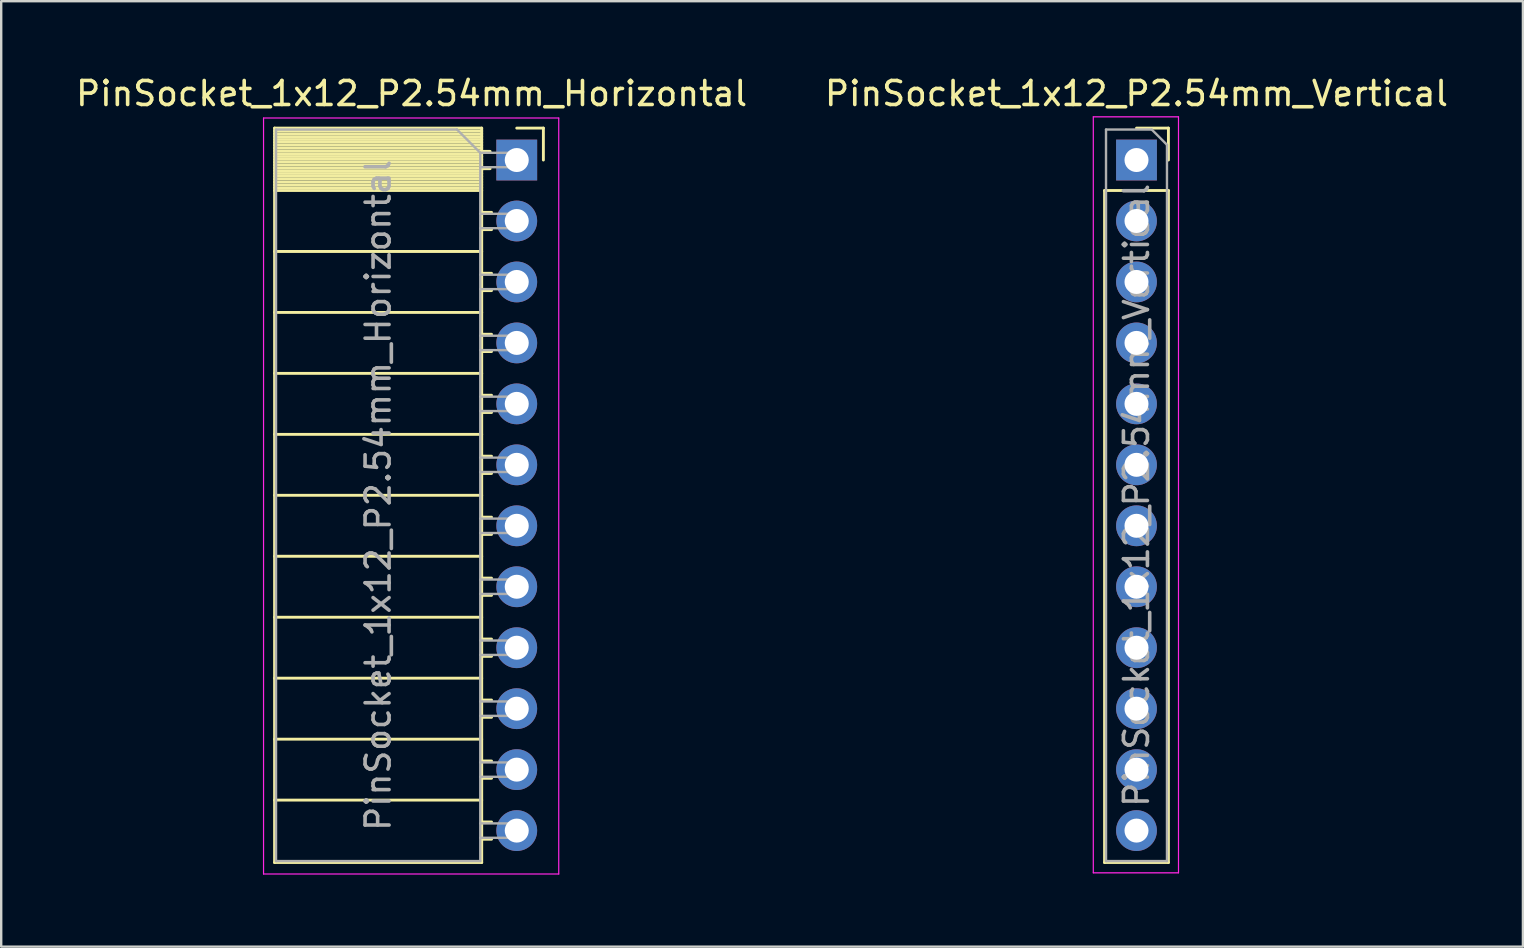
<source format=kicad_pcb>
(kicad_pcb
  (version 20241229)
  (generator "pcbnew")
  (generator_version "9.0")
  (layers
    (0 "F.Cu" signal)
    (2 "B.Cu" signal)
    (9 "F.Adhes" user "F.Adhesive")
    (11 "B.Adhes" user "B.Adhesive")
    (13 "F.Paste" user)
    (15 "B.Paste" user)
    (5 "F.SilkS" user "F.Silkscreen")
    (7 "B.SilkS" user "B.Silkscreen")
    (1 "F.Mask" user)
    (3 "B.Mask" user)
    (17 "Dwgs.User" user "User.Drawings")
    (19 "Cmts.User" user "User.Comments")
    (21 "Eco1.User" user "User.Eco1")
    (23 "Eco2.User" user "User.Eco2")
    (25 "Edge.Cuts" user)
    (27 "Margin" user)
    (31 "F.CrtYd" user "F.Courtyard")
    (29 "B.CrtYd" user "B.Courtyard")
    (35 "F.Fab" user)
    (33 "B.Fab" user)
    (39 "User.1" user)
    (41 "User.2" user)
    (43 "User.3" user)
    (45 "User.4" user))
  (footprint "PinSocket_1x12_P2.54mm_Horizontal"
    (layer "F.Cu")
    (at 18.481 3.618)
    (property "Reference" "PinSocket_1x12_P2.54mm_Horizontal" (at -4.38 -2.77 0) (layer "F.SilkS") (effects (font (size 1 1) (thickness 0.15))))
    (attr through_hole)
    (fp_line (start -10.09 -1.33) (end -10.09 29.27) (stroke (width 0.12) (type solid)) (layer "F.SilkS"))
    (fp_line (start -10.09 -1.33) (end -1.46 -1.33) (stroke (width 0.12) (type solid)) (layer "F.SilkS"))
    (fp_line (start -10.09 -1.21) (end -1.46 -1.21) (stroke (width 0.12) (type solid)) (layer "F.SilkS"))
    (fp_line (start -10.09 -1.092) (end -1.46 -1.092) (stroke (width 0.12) (type solid)) (layer "F.SilkS"))
    (fp_line (start -10.09 -0.974) (end -1.46 -0.974) (stroke (width 0.12) (type solid)) (layer "F.SilkS"))
    (fp_line (start -10.09 -0.856) (end -1.46 -0.856) (stroke (width 0.12) (type solid)) (layer "F.SilkS"))
    (fp_line (start -10.09 -0.738) (end -1.46 -0.738) (stroke (width 0.12) (type solid)) (layer "F.SilkS"))
    (fp_line (start -10.09 -0.62) (end -1.46 -0.62) (stroke (width 0.12) (type solid)) (layer "F.SilkS"))
    (fp_line (start -10.09 -0.501) (end -1.46 -0.501) (stroke (width 0.12) (type solid)) (layer "F.SilkS"))
    (fp_line (start -10.09 -0.383) (end -1.46 -0.383) (stroke (width 0.12) (type solid)) (layer "F.SilkS"))
    (fp_line (start -10.09 -0.265) (end -1.46 -0.265) (stroke (width 0.12) (type solid)) (layer "F.SilkS"))
    (fp_line (start -10.09 -0.147) (end -1.46 -0.147) (stroke (width 0.12) (type solid)) (layer "F.SilkS"))
    (fp_line (start -10.09 -0.029) (end -1.46 -0.029) (stroke (width 0.12) (type solid)) (layer "F.SilkS"))
    (fp_line (start -10.09 0.089) (end -1.46 0.089) (stroke (width 0.12) (type solid)) (layer "F.SilkS"))
    (fp_line (start -10.09 0.207) (end -1.46 0.207) (stroke (width 0.12) (type solid)) (layer "F.SilkS"))
    (fp_line (start -10.09 0.325) (end -1.46 0.325) (stroke (width 0.12) (type solid)) (layer "F.SilkS"))
    (fp_line (start -10.09 0.443) (end -1.46 0.443) (stroke (width 0.12) (type solid)) (layer "F.SilkS"))
    (fp_line (start -10.09 0.561) (end -1.46 0.561) (stroke (width 0.12) (type solid)) (layer "F.SilkS"))
    (fp_line (start -10.09 0.68) (end -1.46 0.68) (stroke (width 0.12) (type solid)) (layer "F.SilkS"))
    (fp_line (start -10.09 0.798) (end -1.46 0.798) (stroke (width 0.12) (type solid)) (layer "F.SilkS"))
    (fp_line (start -10.09 0.916) (end -1.46 0.916) (stroke (width 0.12) (type solid)) (layer "F.SilkS"))
    (fp_line (start -10.09 1.034) (end -1.46 1.034) (stroke (width 0.12) (type solid)) (layer "F.SilkS"))
    (fp_line (start -10.09 1.152) (end -1.46 1.152) (stroke (width 0.12) (type solid)) (layer "F.SilkS"))
    (fp_line (start -10.09 1.27) (end -1.46 1.27) (stroke (width 0.12) (type solid)) (layer "F.SilkS"))
    (fp_line (start -10.09 3.81) (end -1.46 3.81) (stroke (width 0.12) (type solid)) (layer "F.SilkS"))
    (fp_line (start -10.09 6.35) (end -1.46 6.35) (stroke (width 0.12) (type solid)) (layer "F.SilkS"))
    (fp_line (start -10.09 8.89) (end -1.46 8.89) (stroke (width 0.12) (type solid)) (layer "F.SilkS"))
    (fp_line (start -10.09 11.43) (end -1.46 11.43) (stroke (width 0.12) (type solid)) (layer "F.SilkS"))
    (fp_line (start -10.09 13.97) (end -1.46 13.97) (stroke (width 0.12) (type solid)) (layer "F.SilkS"))
    (fp_line (start -10.09 16.51) (end -1.46 16.51) (stroke (width 0.12) (type solid)) (layer "F.SilkS"))
    (fp_line (start -10.09 19.05) (end -1.46 19.05) (stroke (width 0.12) (type solid)) (layer "F.SilkS"))
    (fp_line (start -10.09 21.59) (end -1.46 21.59) (stroke (width 0.12) (type solid)) (layer "F.SilkS"))
    (fp_line (start -10.09 24.13) (end -1.46 24.13) (stroke (width 0.12) (type solid)) (layer "F.SilkS"))
    (fp_line (start -10.09 26.67) (end -1.46 26.67) (stroke (width 0.12) (type solid)) (layer "F.SilkS"))
    (fp_line (start -10.09 29.27) (end -1.46 29.27) (stroke (width 0.12) (type solid)) (layer "F.SilkS"))
    (fp_line (start -1.46 -1.33) (end -1.46 29.27) (stroke (width 0.12) (type solid)) (layer "F.SilkS"))
    (fp_line (start -1.46 -0.36) (end -1.11 -0.36) (stroke (width 0.12) (type solid)) (layer "F.SilkS"))
    (fp_line (start -1.46 0.36) (end -1.11 0.36) (stroke (width 0.12) (type solid)) (layer "F.SilkS"))
    (fp_line (start -1.46 2.18) (end -1.05 2.18) (stroke (width 0.12) (type solid)) (layer "F.SilkS"))
    (fp_line (start -1.46 2.9) (end -1.05 2.9) (stroke (width 0.12) (type solid)) (layer "F.SilkS"))
    (fp_line (start -1.46 4.72) (end -1.05 4.72) (stroke (width 0.12) (type solid)) (layer "F.SilkS"))
    (fp_line (start -1.46 5.44) (end -1.05 5.44) (stroke (width 0.12) (type solid)) (layer "F.SilkS"))
    (fp_line (start -1.46 7.26) (end -1.05 7.26) (stroke (width 0.12) (type solid)) (layer "F.SilkS"))
    (fp_line (start -1.46 7.98) (end -1.05 7.98) (stroke (width 0.12) (type solid)) (layer "F.SilkS"))
    (fp_line (start -1.46 9.8) (end -1.05 9.8) (stroke (width 0.12) (type solid)) (layer "F.SilkS"))
    (fp_line (start -1.46 10.52) (end -1.05 10.52) (stroke (width 0.12) (type solid)) (layer "F.SilkS"))
    (fp_line (start -1.46 12.34) (end -1.05 12.34) (stroke (width 0.12) (type solid)) (layer "F.SilkS"))
    (fp_line (start -1.46 13.06) (end -1.05 13.06) (stroke (width 0.12) (type solid)) (layer "F.SilkS"))
    (fp_line (start -1.46 14.88) (end -1.05 14.88) (stroke (width 0.12) (type solid)) (layer "F.SilkS"))
    (fp_line (start -1.46 15.6) (end -1.05 15.6) (stroke (width 0.12) (type solid)) (layer "F.SilkS"))
    (fp_line (start -1.46 17.42) (end -1.05 17.42) (stroke (width 0.12) (type solid)) (layer "F.SilkS"))
    (fp_line (start -1.46 18.14) (end -1.05 18.14) (stroke (width 0.12) (type solid)) (layer "F.SilkS"))
    (fp_line (start -1.46 19.96) (end -1.05 19.96) (stroke (width 0.12) (type solid)) (layer "F.SilkS"))
    (fp_line (start -1.46 20.68) (end -1.05 20.68) (stroke (width 0.12) (type solid)) (layer "F.SilkS"))
    (fp_line (start -1.46 22.5) (end -1.05 22.5) (stroke (width 0.12) (type solid)) (layer "F.SilkS"))
    (fp_line (start -1.46 23.22) (end -1.05 23.22) (stroke (width 0.12) (type solid)) (layer "F.SilkS"))
    (fp_line (start -1.46 25.04) (end -1.05 25.04) (stroke (width 0.12) (type solid)) (layer "F.SilkS"))
    (fp_line (start -1.46 25.76) (end -1.05 25.76) (stroke (width 0.12) (type solid)) (layer "F.SilkS"))
    (fp_line (start -1.46 27.58) (end -1.05 27.58) (stroke (width 0.12) (type solid)) (layer "F.SilkS"))
    (fp_line (start -1.46 28.3) (end -1.05 28.3) (stroke (width 0.12) (type solid)) (layer "F.SilkS"))
    (fp_line (start 0 -1.33) (end 1.11 -1.33) (stroke (width 0.12) (type solid)) (layer "F.SilkS"))
    (fp_line (start 1.11 -1.33) (end 1.11 0) (stroke (width 0.12) (type solid)) (layer "F.SilkS"))
    (fp_line (start -10.55 -1.75) (end -10.55 29.75) (stroke (width 0.05) (type solid)) (layer "F.CrtYd"))
    (fp_line (start -10.55 29.75) (end 1.75 29.75) (stroke (width 0.05) (type solid)) (layer "F.CrtYd"))
    (fp_line (start 1.75 -1.75) (end -10.55 -1.75) (stroke (width 0.05) (type solid)) (layer "F.CrtYd"))
    (fp_line (start 1.75 29.75) (end 1.75 -1.75) (stroke (width 0.05) (type solid)) (layer "F.CrtYd"))
    (fp_line (start -10.03 -1.27) (end -2.49 -1.27) (stroke (width 0.1) (type solid)) (layer "F.Fab"))
    (fp_line (start -10.03 29.21) (end -10.03 -1.27) (stroke (width 0.1) (type solid)) (layer "F.Fab"))
    (fp_line (start -2.49 -1.27) (end -1.52 -0.3) (stroke (width 0.1) (type solid)) (layer "F.Fab"))
    (fp_line (start -1.52 -0.3) (end -1.52 29.21) (stroke (width 0.1) (type solid)) (layer "F.Fab"))
    (fp_line (start -1.52 0.3) (end 0 0.3) (stroke (width 0.1) (type solid)) (layer "F.Fab"))
    (fp_line (start -1.52 2.84) (end 0 2.84) (stroke (width 0.1) (type solid)) (layer "F.Fab"))
    (fp_line (start -1.52 5.38) (end 0 5.38) (stroke (width 0.1) (type solid)) (layer "F.Fab"))
    (fp_line (start -1.52 7.92) (end 0 7.92) (stroke (width 0.1) (type solid)) (layer "F.Fab"))
    (fp_line (start -1.52 10.46) (end 0 10.46) (stroke (width 0.1) (type solid)) (layer "F.Fab"))
    (fp_line (start -1.52 13) (end 0 13) (stroke (width 0.1) (type solid)) (layer "F.Fab"))
    (fp_line (start -1.52 15.54) (end 0 15.54) (stroke (width 0.1) (type solid)) (layer "F.Fab"))
    (fp_line (start -1.52 18.08) (end 0 18.08) (stroke (width 0.1) (type solid)) (layer "F.Fab"))
    (fp_line (start -1.52 20.62) (end 0 20.62) (stroke (width 0.1) (type solid)) (layer "F.Fab"))
    (fp_line (start -1.52 23.16) (end 0 23.16) (stroke (width 0.1) (type solid)) (layer "F.Fab"))
    (fp_line (start -1.52 25.7) (end 0 25.7) (stroke (width 0.1) (type solid)) (layer "F.Fab"))
    (fp_line (start -1.52 28.24) (end 0 28.24) (stroke (width 0.1) (type solid)) (layer "F.Fab"))
    (fp_line (start -1.52 29.21) (end -10.03 29.21) (stroke (width 0.1) (type solid)) (layer "F.Fab"))
    (fp_line (start 0 -0.3) (end -1.52 -0.3) (stroke (width 0.1) (type solid)) (layer "F.Fab"))
    (fp_line (start 0 0.3) (end 0 -0.3) (stroke (width 0.1) (type solid)) (layer "F.Fab"))
    (fp_line (start 0 2.24) (end -1.52 2.24) (stroke (width 0.1) (type solid)) (layer "F.Fab"))
    (fp_line (start 0 2.84) (end 0 2.24) (stroke (width 0.1) (type solid)) (layer "F.Fab"))
    (fp_line (start 0 4.78) (end -1.52 4.78) (stroke (width 0.1) (type solid)) (layer "F.Fab"))
    (fp_line (start 0 5.38) (end 0 4.78) (stroke (width 0.1) (type solid)) (layer "F.Fab"))
    (fp_line (start 0 7.32) (end -1.52 7.32) (stroke (width 0.1) (type solid)) (layer "F.Fab"))
    (fp_line (start 0 7.92) (end 0 7.32) (stroke (width 0.1) (type solid)) (layer "F.Fab"))
    (fp_line (start 0 9.86) (end -1.52 9.86) (stroke (width 0.1) (type solid)) (layer "F.Fab"))
    (fp_line (start 0 10.46) (end 0 9.86) (stroke (width 0.1) (type solid)) (layer "F.Fab"))
    (fp_line (start 0 12.4) (end -1.52 12.4) (stroke (width 0.1) (type solid)) (layer "F.Fab"))
    (fp_line (start 0 13) (end 0 12.4) (stroke (width 0.1) (type solid)) (layer "F.Fab"))
    (fp_line (start 0 14.94) (end -1.52 14.94) (stroke (width 0.1) (type solid)) (layer "F.Fab"))
    (fp_line (start 0 15.54) (end 0 14.94) (stroke (width 0.1) (type solid)) (layer "F.Fab"))
    (fp_line (start 0 17.48) (end -1.52 17.48) (stroke (width 0.1) (type solid)) (layer "F.Fab"))
    (fp_line (start 0 18.08) (end 0 17.48) (stroke (width 0.1) (type solid)) (layer "F.Fab"))
    (fp_line (start 0 20.02) (end -1.52 20.02) (stroke (width 0.1) (type solid)) (layer "F.Fab"))
    (fp_line (start 0 20.62) (end 0 20.02) (stroke (width 0.1) (type solid)) (layer "F.Fab"))
    (fp_line (start 0 22.56) (end -1.52 22.56) (stroke (width 0.1) (type solid)) (layer "F.Fab"))
    (fp_line (start 0 23.16) (end 0 22.56) (stroke (width 0.1) (type solid)) (layer "F.Fab"))
    (fp_line (start 0 25.1) (end -1.52 25.1) (stroke (width 0.1) (type solid)) (layer "F.Fab"))
    (fp_line (start 0 25.7) (end 0 25.1) (stroke (width 0.1) (type solid)) (layer "F.Fab"))
    (fp_line (start 0 27.64) (end -1.52 27.64) (stroke (width 0.1) (type solid)) (layer "F.Fab"))
    (fp_line (start 0 28.24) (end 0 27.64) (stroke (width 0.1) (type solid)) (layer "F.Fab"))
    (fp_text user "${REFERENCE}" (at -5.775 13.97 90) (layer "F.Fab") (effects (font (size 1 1) (thickness 0.15))))
    (pad "1" thru_hole rect (at 0 0) (size 1.7 1.7) (drill 1) (layers "*.Cu" "*.Mask"))
    (pad "2" thru_hole oval (at 0 2.54) (size 1.7 1.7) (drill 1) (layers "*.Cu" "*.Mask"))
    (pad "3" thru_hole oval (at 0 5.08) (size 1.7 1.7) (drill 1) (layers "*.Cu" "*.Mask"))
    (pad "4" thru_hole oval (at 0 7.62) (size 1.7 1.7) (drill 1) (layers "*.Cu" "*.Mask"))
    (pad "5" thru_hole oval (at 0 10.16) (size 1.7 1.7) (drill 1) (layers "*.Cu" "*.Mask"))
    (pad "6" thru_hole oval (at 0 12.7) (size 1.7 1.7) (drill 1) (layers "*.Cu" "*.Mask"))
    (pad "7" thru_hole oval (at 0 15.24) (size 1.7 1.7) (drill 1) (layers "*.Cu" "*.Mask"))
    (pad "8" thru_hole oval (at 0 17.78) (size 1.7 1.7) (drill 1) (layers "*.Cu" "*.Mask"))
    (pad "9" thru_hole oval (at 0 20.32) (size 1.7 1.7) (drill 1) (layers "*.Cu" "*.Mask"))
    (pad "10" thru_hole oval (at 0 22.86) (size 1.7 1.7) (drill 1) (layers "*.Cu" "*.Mask"))
    (pad "11" thru_hole oval (at 0 25.4) (size 1.7 1.7) (drill 1) (layers "*.Cu" "*.Mask"))
    (pad "12" thru_hole oval (at 0 27.94) (size 1.7 1.7) (drill 1) (layers "*.Cu" "*.Mask")))
  (footprint "PinSocket_1x12_P2.54mm_Vertical"
    (layer "F.Cu")
    (at 44.304 3.618)
    (property "Reference" "PinSocket_1x12_P2.54mm_Vertical" (at 0 -2.77 0) (layer "F.SilkS") (effects (font (size 1 1) (thickness 0.15))))
    (attr through_hole)
    (fp_line (start -1.33 1.27) (end -1.33 29.27) (stroke (width 0.12) (type solid)) (layer "F.SilkS"))
    (fp_line (start -1.33 1.27) (end 1.33 1.27) (stroke (width 0.12) (type solid)) (layer "F.SilkS"))
    (fp_line (start -1.33 29.27) (end 1.33 29.27) (stroke (width 0.12) (type solid)) (layer "F.SilkS"))
    (fp_line (start 0 -1.33) (end 1.33 -1.33) (stroke (width 0.12) (type solid)) (layer "F.SilkS"))
    (fp_line (start 1.33 -1.33) (end 1.33 0) (stroke (width 0.12) (type solid)) (layer "F.SilkS"))
    (fp_line (start 1.33 1.27) (end 1.33 29.27) (stroke (width 0.12) (type solid)) (layer "F.SilkS"))
    (fp_line (start -1.8 -1.8) (end 1.75 -1.8) (stroke (width 0.05) (type solid)) (layer "F.CrtYd"))
    (fp_line (start -1.8 29.7) (end -1.8 -1.8) (stroke (width 0.05) (type solid)) (layer "F.CrtYd"))
    (fp_line (start 1.75 -1.8) (end 1.75 29.7) (stroke (width 0.05) (type solid)) (layer "F.CrtYd"))
    (fp_line (start 1.75 29.7) (end -1.8 29.7) (stroke (width 0.05) (type solid)) (layer "F.CrtYd"))
    (fp_line (start -1.27 -1.27) (end 0.635 -1.27) (stroke (width 0.1) (type solid)) (layer "F.Fab"))
    (fp_line (start -1.27 29.21) (end -1.27 -1.27) (stroke (width 0.1) (type solid)) (layer "F.Fab"))
    (fp_line (start 0.635 -1.27) (end 1.27 -0.635) (stroke (width 0.1) (type solid)) (layer "F.Fab"))
    (fp_line (start 1.27 -0.635) (end 1.27 29.21) (stroke (width 0.1) (type solid)) (layer "F.Fab"))
    (fp_line (start 1.27 29.21) (end -1.27 29.21) (stroke (width 0.1) (type solid)) (layer "F.Fab"))
    (fp_text user "${REFERENCE}" (at 0 13.97 90) (layer "F.Fab") (effects (font (size 1 1) (thickness 0.15))))
    (pad "1" thru_hole rect (at 0 0) (size 1.7 1.7) (drill 1) (layers "*.Cu" "*.Mask"))
    (pad "2" thru_hole oval (at 0 2.54) (size 1.7 1.7) (drill 1) (layers "*.Cu" "*.Mask"))
    (pad "3" thru_hole oval (at 0 5.08) (size 1.7 1.7) (drill 1) (layers "*.Cu" "*.Mask"))
    (pad "4" thru_hole oval (at 0 7.62) (size 1.7 1.7) (drill 1) (layers "*.Cu" "*.Mask"))
    (pad "5" thru_hole oval (at 0 10.16) (size 1.7 1.7) (drill 1) (layers "*.Cu" "*.Mask"))
    (pad "6" thru_hole oval (at 0 12.7) (size 1.7 1.7) (drill 1) (layers "*.Cu" "*.Mask"))
    (pad "7" thru_hole oval (at 0 15.24) (size 1.7 1.7) (drill 1) (layers "*.Cu" "*.Mask"))
    (pad "8" thru_hole oval (at 0 17.78) (size 1.7 1.7) (drill 1) (layers "*.Cu" "*.Mask"))
    (pad "9" thru_hole oval (at 0 20.32) (size 1.7 1.7) (drill 1) (layers "*.Cu" "*.Mask"))
    (pad "10" thru_hole oval (at 0 22.86) (size 1.7 1.7) (drill 1) (layers "*.Cu" "*.Mask"))
    (pad "11" thru_hole oval (at 0 25.4) (size 1.7 1.7) (drill 1) (layers "*.Cu" "*.Mask"))
    (pad "12" thru_hole oval (at 0 27.94) (size 1.7 1.7) (drill 1) (layers "*.Cu" "*.Mask")))
  (gr_rect
    (start -3 -3)
    (end 60.405 36.393)
    (stroke (width 0.1) (type default))
    (fill no)
    (layer "Edge.Cuts")))
</source>
